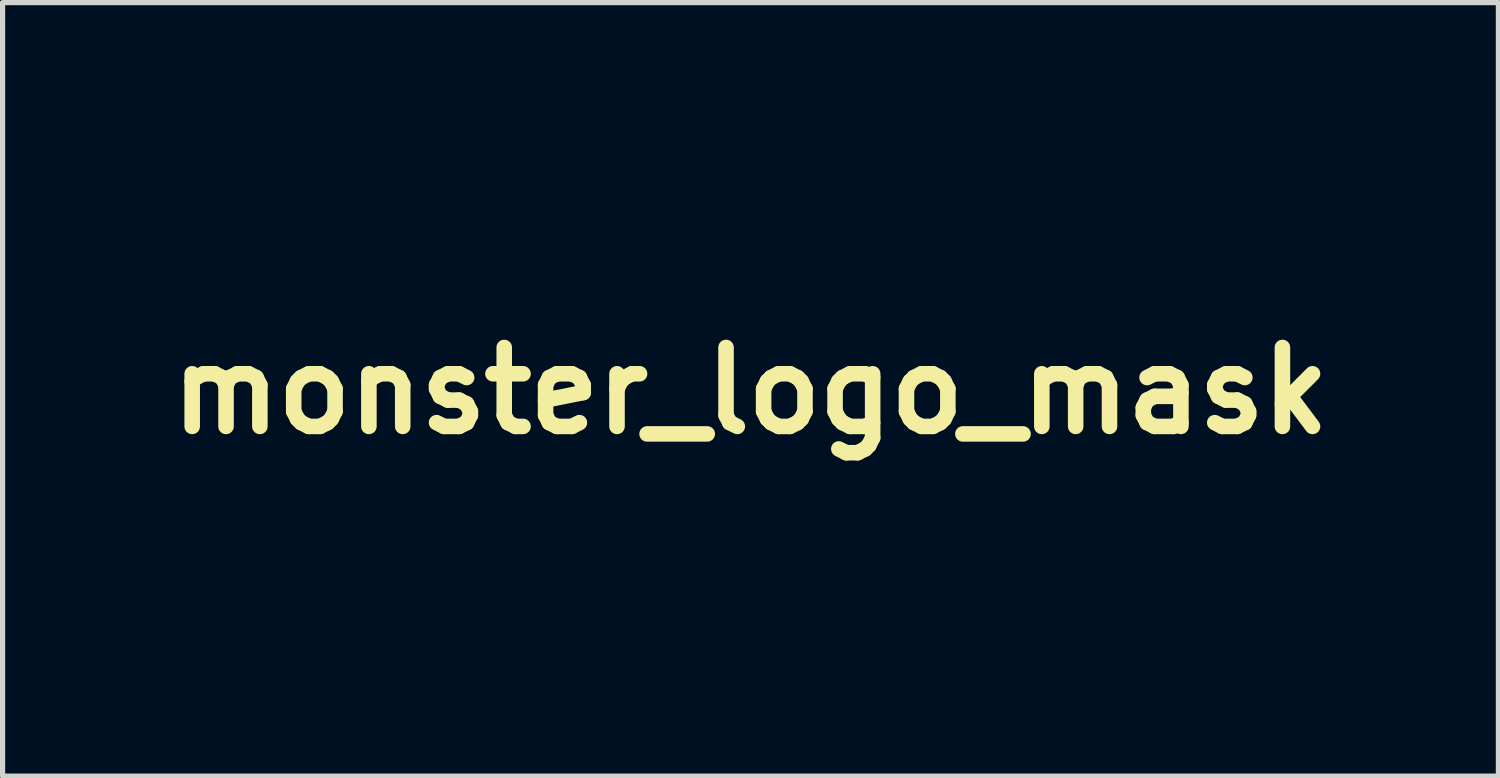
<source format=kicad_pcb>
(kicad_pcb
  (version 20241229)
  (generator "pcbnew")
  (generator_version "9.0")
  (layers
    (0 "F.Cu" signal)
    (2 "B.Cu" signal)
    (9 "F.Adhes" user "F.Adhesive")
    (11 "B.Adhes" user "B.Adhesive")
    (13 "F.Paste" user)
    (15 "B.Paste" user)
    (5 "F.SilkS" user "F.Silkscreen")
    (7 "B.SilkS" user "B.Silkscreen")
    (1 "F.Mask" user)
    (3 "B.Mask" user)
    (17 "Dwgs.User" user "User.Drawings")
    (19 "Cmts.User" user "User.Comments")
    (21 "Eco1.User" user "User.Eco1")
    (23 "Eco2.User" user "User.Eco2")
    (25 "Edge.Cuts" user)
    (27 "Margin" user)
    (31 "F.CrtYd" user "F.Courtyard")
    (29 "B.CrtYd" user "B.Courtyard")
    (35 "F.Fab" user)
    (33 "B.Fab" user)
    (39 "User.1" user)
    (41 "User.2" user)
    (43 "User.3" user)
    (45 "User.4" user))
  (footprint "monster_logo_mask"
    (layer "F.Cu")
    (at 11.437 4.492)
    (property "Reference" "monster_logo_mask" (at 0 0 0) (layer "F.SilkS") (effects (font (size 1.524 1.524) (thickness 0.3))))
    (attr through_hole)
    (fp_poly (pts (xy 2.506 -4.174) (xy 2.551 -4.157) (xy 2.602 -4.143) (xy 2.669 -4.134) (xy 2.717 -4.132) (xy 2.829 -4.124) (xy 2.918 -4.099) (xy 2.991 -4.052) (xy 3.053 -3.98) (xy 3.11 -3.878) (xy 3.116 -3.864) (xy 3.152 -3.788) (xy 3.188 -3.714) (xy 3.218 -3.653) (xy 3.226 -3.636) (xy 3.262 -3.534) (xy 3.268 -3.474) (xy 3.277 -3.408) (xy 3.299 -3.352) (xy 3.331 -3.314) (xy 3.362 -3.302) (xy 3.381 -3.287) (xy 3.387 -3.244) (xy 3.38 -3.208) (xy 3.361 -3.159) (xy 3.325 -3.091) (xy 3.271 -3.001) (xy 3.262 -2.986) (xy 3.126 -2.755) (xy 3.016 -2.539) (xy 2.931 -2.336) (xy 2.87 -2.141) (xy 2.831 -1.951) (xy 2.813 -1.761) (xy 2.811 -1.684) (xy 2.812 -1.609) (xy 2.815 -1.562) (xy 2.821 -1.535) (xy 2.832 -1.521) (xy 2.844 -1.516) (xy 2.891 -1.485) (xy 2.927 -1.434) (xy 2.946 -1.374) (xy 2.946 -1.36) (xy 2.94 -1.32) (xy 2.924 -1.258) (xy 2.899 -1.186) (xy 2.885 -1.147) (xy 2.839 -1.013) (xy 2.817 -0.901) (xy 2.819 -0.812) (xy 2.845 -0.743) (xy 2.896 -0.695) (xy 2.909 -0.688) (xy 2.979 -0.636) (xy 3.037 -0.559) (xy 3.066 -0.5) (xy 3.09 -0.428) (xy 3.102 -0.347) (xy 3.105 -0.264) (xy 3.098 -0.184) (xy 3.083 -0.115) (xy 3.06 -0.064) (xy 3.029 -0.037) (xy 3.015 -0.034) (xy 2.992 -0.028) (xy 2.982 -0.004) (xy 2.98 0.03) (xy 2.966 0.098) (xy 2.924 0.18) (xy 2.921 0.185) (xy 2.89 0.237) (xy 2.872 0.279) (xy 2.864 0.325) (xy 2.862 0.388) (xy 2.862 0.408) (xy 2.875 0.559) (xy 2.897 0.653) (xy 2.92 0.745) (xy 2.922 0.82) (xy 2.904 0.888) (xy 2.865 0.958) (xy 2.84 0.996) (xy 2.826 1.029) (xy 2.82 1.067) (xy 2.819 1.12) (xy 2.822 1.181) (xy 2.827 1.271) (xy 2.834 1.375) (xy 2.843 1.473) (xy 2.845 1.49) (xy 2.854 1.596) (xy 2.861 1.712) (xy 2.866 1.833) (xy 2.869 1.952) (xy 2.87 2.062) (xy 2.869 2.158) (xy 2.865 2.231) (xy 2.86 2.271) (xy 2.831 2.348) (xy 2.778 2.439) (xy 2.757 2.467) (xy 2.689 2.563) (xy 2.638 2.643) (xy 2.597 2.719) (xy 2.562 2.801) (xy 2.548 2.837) (xy 2.526 2.899) (xy 2.514 2.949) (xy 2.51 3) (xy 2.512 3.065) (xy 2.515 3.103) (xy 2.52 3.18) (xy 2.519 3.231) (xy 2.513 3.267) (xy 2.499 3.294) (xy 2.475 3.324) (xy 2.458 3.336) (xy 2.445 3.321) (xy 2.425 3.283) (xy 2.4 3.229) (xy 2.397 3.222) (xy 2.364 3.122) (xy 2.344 3.02) (xy 2.338 2.925) (xy 2.347 2.846) (xy 2.36 2.81) (xy 2.376 2.771) (xy 2.384 2.726) (xy 2.385 2.671) (xy 2.378 2.599) (xy 2.363 2.505) (xy 2.344 2.4) (xy 2.319 2.26) (xy 2.309 2.145) (xy 2.312 2.05) (xy 2.329 1.97) (xy 2.362 1.897) (xy 2.411 1.828) (xy 2.415 1.823) (xy 2.447 1.765) (xy 2.453 1.694) (xy 2.433 1.607) (xy 2.421 1.575) (xy 2.396 1.49) (xy 2.389 1.418) (xy 2.401 1.365) (xy 2.412 1.349) (xy 2.437 1.312) (xy 2.464 1.252) (xy 2.488 1.178) (xy 2.506 1.109) (xy 2.51 1.069) (xy 2.513 1.003) (xy 2.513 0.918) (xy 2.512 0.821) (xy 2.511 0.758) (xy 2.507 0.649) (xy 2.507 0.567) (xy 2.508 0.506) (xy 2.513 0.461) (xy 2.521 0.425) (xy 2.529 0.401) (xy 2.544 0.357) (xy 2.549 0.32) (xy 2.545 0.276) (xy 2.532 0.218) (xy 2.519 0.146) (xy 2.51 0.058) (xy 2.506 -0.027) (xy 2.506 -0.029) (xy 2.504 -0.094) (xy 2.499 -0.146) (xy 2.491 -0.175) (xy 2.489 -0.178) (xy 2.465 -0.206) (xy 2.438 -0.255) (xy 2.413 -0.315) (xy 2.394 -0.374) (xy 2.387 -0.419) (xy 2.39 -0.461) (xy 2.398 -0.527) (xy 2.41 -0.607) (xy 2.423 -0.686) (xy 2.441 -0.801) (xy 2.449 -0.889) (xy 2.443 -0.956) (xy 2.425 -1.006) (xy 2.393 -1.046) (xy 2.352 -1.076) (xy 2.29 -1.127) (xy 2.245 -1.189) (xy 2.218 -1.267) (xy 2.208 -1.365) (xy 2.214 -1.487) (xy 2.235 -1.634) (xy 2.247 -1.712) (xy 2.256 -1.777) (xy 2.259 -1.822) (xy 2.257 -1.841) (xy 2.257 -1.841) (xy 2.208 -1.866) (xy 2.162 -1.902) (xy 2.131 -1.939) (xy 2.124 -1.954) (xy 2.126 -2.011) (xy 2.153 -2.073) (xy 2.201 -2.132) (xy 2.246 -2.167) (xy 2.319 -2.213) (xy 2.325 -2.567) (xy 2.329 -2.723) (xy 2.335 -2.848) (xy 2.344 -2.949) (xy 2.355 -3.028) (xy 2.361 -3.054) (xy 2.375 -3.127) (xy 2.379 -3.175) (xy 2.374 -3.203) (xy 2.37 -3.209) (xy 2.346 -3.225) (xy 2.298 -3.246) (xy 2.236 -3.27) (xy 2.213 -3.277) (xy 2.142 -3.302) (xy 2.079 -3.328) (xy 2.034 -3.351) (xy 2.027 -3.355) (xy 1.99 -3.377) (xy 1.956 -3.379) (xy 1.919 -3.369) (xy 1.833 -3.355) (xy 1.723 -3.362) (xy 1.591 -3.39) (xy 1.473 -3.426) (xy 1.398 -3.451) (xy 1.332 -3.472) (xy 1.284 -3.486) (xy 1.263 -3.492) (xy 1.232 -3.506) (xy 1.224 -3.529) (xy 1.243 -3.549) (xy 1.246 -3.55) (xy 1.277 -3.57) (xy 1.315 -3.603) (xy 1.319 -3.608) (xy 1.357 -3.634) (xy 1.42 -3.665) (xy 1.502 -3.697) (xy 1.596 -3.73) (xy 1.695 -3.76) (xy 1.791 -3.785) (xy 1.877 -3.803) (xy 1.918 -3.808) (xy 1.984 -3.817) (xy 2.027 -3.829) (xy 2.055 -3.847) (xy 2.073 -3.867) (xy 2.129 -3.937) (xy 2.17 -3.982) (xy 2.203 -4.008) (xy 2.23 -4.018) (xy 2.231 -4.018) (xy 2.271 -4.031) (xy 2.29 -4.044) (xy 2.32 -4.062) (xy 2.332 -4.064) (xy 2.354 -4.077) (xy 2.382 -4.111) (xy 2.39 -4.123) (xy 2.421 -4.164) (xy 2.457 -4.18) (xy 2.506 -4.174)) (stroke (width 0.01) (type solid)) (fill yes) (layer "F.Mask"))
    (fp_poly (pts (xy 0.475 -4.486) (xy 0.499 -4.477) (xy 0.509 -4.457) (xy 0.511 -4.443) (xy 0.524 -4.408) (xy 0.56 -4.385) (xy 0.576 -4.379) (xy 0.624 -4.354) (xy 0.64 -4.324) (xy 0.659 -4.292) (xy 0.696 -4.278) (xy 0.736 -4.26) (xy 0.784 -4.226) (xy 0.812 -4.2) (xy 0.867 -4.152) (xy 0.914 -4.133) (xy 0.927 -4.132) (xy 0.987 -4.121) (xy 1.027 -4.088) (xy 1.051 -4.027) (xy 1.057 -3.989) (xy 1.069 -3.925) (xy 1.088 -3.886) (xy 1.12 -3.866) (xy 1.165 -3.858) (xy 1.22 -3.852) (xy 1.048 -3.658) (xy 0.955 -3.548) (xy 0.881 -3.453) (xy 0.827 -3.366) (xy 0.789 -3.28) (xy 0.766 -3.191) (xy 0.756 -3.09) (xy 0.758 -2.972) (xy 0.769 -2.831) (xy 0.778 -2.741) (xy 0.798 -2.551) (xy 0.816 -2.392) (xy 0.831 -2.26) (xy 0.843 -2.155) (xy 0.853 -2.072) (xy 0.862 -2.009) (xy 0.87 -1.963) (xy 0.877 -1.932) (xy 0.884 -1.912) (xy 0.891 -1.902) (xy 0.898 -1.897) (xy 0.906 -1.897) (xy 0.926 -1.883) (xy 0.93 -1.848) (xy 0.921 -1.8) (xy 0.9 -1.745) (xy 0.87 -1.692) (xy 0.856 -1.675) (xy 0.835 -1.646) (xy 0.822 -1.617) (xy 0.815 -1.577) (xy 0.813 -1.517) (xy 0.813 -1.475) (xy 0.812 -1.401) (xy 0.808 -1.353) (xy 0.799 -1.322) (xy 0.784 -1.301) (xy 0.777 -1.294) (xy 0.758 -1.272) (xy 0.748 -1.245) (xy 0.747 -1.204) (xy 0.75 -1.151) (xy 0.756 -1.1) (xy 0.766 -1.048) (xy 0.782 -0.988) (xy 0.806 -0.915) (xy 0.838 -0.824) (xy 0.882 -0.71) (xy 0.904 -0.652) (xy 0.943 -0.536) (xy 0.962 -0.432) (xy 0.963 -0.345) (xy 0.945 -0.28) (xy 0.943 -0.278) (xy 0.906 -0.225) (xy 0.856 -0.168) (xy 0.801 -0.116) (xy 0.752 -0.079) (xy 0.733 -0.069) (xy 0.683 -0.032) (xy 0.653 0.03) (xy 0.643 0.12) (xy 0.643 0.122) (xy 0.635 0.195) (xy 0.611 0.26) (xy 0.578 0.308) (xy 0.56 0.321) (xy 0.531 0.355) (xy 0.525 0.388) (xy 0.514 0.436) (xy 0.491 0.479) (xy 0.475 0.503) (xy 0.465 0.534) (xy 0.46 0.579) (xy 0.458 0.646) (xy 0.457 0.697) (xy 0.459 0.786) (xy 0.462 0.894) (xy 0.468 1.007) (xy 0.474 1.101) (xy 0.479 1.324) (xy 0.465 1.564) (xy 0.434 1.81) (xy 0.414 1.922) (xy 0.399 2.034) (xy 0.392 2.169) (xy 0.393 2.314) (xy 0.401 2.46) (xy 0.417 2.596) (xy 0.439 2.71) (xy 0.44 2.714) (xy 0.463 2.793) (xy 0.484 2.843) (xy 0.501 2.862) (xy 0.502 2.862) (xy 0.523 2.849) (xy 0.525 2.841) (xy 0.531 2.832) (xy 0.542 2.845) (xy 0.555 2.887) (xy 0.557 2.95) (xy 0.551 3.025) (xy 0.537 3.106) (xy 0.517 3.185) (xy 0.494 3.254) (xy 0.468 3.305) (xy 0.441 3.331) (xy 0.438 3.332) (xy 0.424 3.339) (xy 0.414 3.356) (xy 0.408 3.389) (xy 0.405 3.444) (xy 0.403 3.511) (xy 0.402 3.61) (xy 0.402 3.722) (xy 0.404 3.829) (xy 0.405 3.861) (xy 0.406 3.942) (xy 0.405 3.998) (xy 0.4 4.035) (xy 0.389 4.062) (xy 0.374 4.084) (xy 0.349 4.126) (xy 0.339 4.165) (xy 0.339 4.166) (xy 0.325 4.229) (xy 0.286 4.3) (xy 0.229 4.367) (xy 0.218 4.377) (xy 0.169 4.418) (xy 0.136 4.435) (xy 0.117 4.423) (xy 0.107 4.383) (xy 0.103 4.31) (xy 0.103 4.309) (xy 0.104 4.24) (xy 0.108 4.198) (xy 0.118 4.177) (xy 0.127 4.172) (xy 0.146 4.149) (xy 0.152 4.113) (xy 0.158 4.071) (xy 0.172 4.012) (xy 0.189 3.958) (xy 0.217 3.861) (xy 0.225 3.782) (xy 0.213 3.714) (xy 0.179 3.648) (xy 0.166 3.63) (xy 0.068 3.471) (xy 0.002 3.305) (xy -0.007 3.273) (xy -0.015 3.24) (xy -0.02 3.201) (xy -0.025 3.153) (xy -0.028 3.092) (xy -0.029 3.014) (xy -0.03 2.915) (xy -0.029 2.791) (xy -0.027 2.638) (xy -0.027 2.583) (xy -0.019 1.997) (xy -0.069 1.891) (xy -0.113 1.776) (xy -0.131 1.679) (xy -0.121 1.598) (xy -0.111 1.57) (xy -0.094 1.53) (xy -0.092 1.501) (xy -0.106 1.464) (xy -0.116 1.445) (xy -0.167 1.323) (xy -0.194 1.197) (xy -0.201 1.056) (xy -0.2 1.017) (xy -0.198 0.977) (xy -0.196 0.944) (xy -0.193 0.912) (xy -0.187 0.879) (xy -0.179 0.841) (xy -0.166 0.795) (xy -0.148 0.737) (xy -0.124 0.664) (xy -0.092 0.572) (xy -0.052 0.458) (xy -0.003 0.318) (xy 0.04 0.196) (xy 0.07 0.115) (xy 0.097 0.046) (xy 0.12 -0.005) (xy 0.135 -0.033) (xy 0.137 -0.035) (xy 0.146 -0.048) (xy 0.149 -0.074) (xy 0.146 -0.117) (xy 0.136 -0.181) (xy 0.119 -0.27) (xy 0.094 -0.386) (xy 0.084 -0.432) (xy 0.043 -0.634) (xy 0.013 -0.809) (xy -0.005 -0.964) (xy -0.012 -1.103) (xy -0.008 -1.232) (xy 0.006 -1.356) (xy 0.019 -1.428) (xy 0.029 -1.483) (xy 0.031 -1.516) (xy 0.022 -1.535) (xy 0.001 -1.552) (xy 0.001 -1.552) (xy -0.032 -1.582) (xy -0.056 -1.619) (xy -0.071 -1.67) (xy -0.078 -1.74) (xy -0.079 -1.833) (xy -0.075 -1.936) (xy -0.071 -2.032) (xy -0.069 -2.1) (xy -0.07 -2.148) (xy -0.075 -2.182) (xy -0.084 -2.208) (xy -0.098 -2.233) (xy -0.099 -2.235) (xy -0.12 -2.276) (xy -0.131 -2.318) (xy -0.132 -2.368) (xy -0.123 -2.434) (xy -0.104 -2.524) (xy -0.1 -2.537) (xy -0.082 -2.626) (xy -0.077 -2.691) (xy -0.088 -2.739) (xy -0.117 -2.779) (xy -0.165 -2.817) (xy -0.172 -2.822) (xy -0.217 -2.856) (xy -0.24 -2.886) (xy -0.249 -2.926) (xy -0.251 -2.94) (xy -0.248 -2.988) (xy -0.237 -3.056) (xy -0.219 -3.133) (xy -0.212 -3.157) (xy -0.184 -3.279) (xy -0.171 -3.391) (xy -0.173 -3.484) (xy -0.18 -3.518) (xy -0.201 -3.549) (xy -0.232 -3.556) (xy -0.286 -3.565) (xy -0.33 -3.596) (xy -0.37 -3.654) (xy -0.382 -3.676) (xy -0.425 -3.761) (xy -0.575 -3.756) (xy -0.652 -3.755) (xy -0.703 -3.758) (xy -0.735 -3.766) (xy -0.758 -3.781) (xy -0.758 -3.781) (xy -0.784 -3.796) (xy -0.824 -3.806) (xy -0.886 -3.81) (xy -0.928 -3.81) (xy -0.998 -3.808) (xy -1.046 -3.803) (xy -1.066 -3.794) (xy -1.067 -3.793) (xy -1.078 -3.772) (xy -1.108 -3.74) (xy -1.12 -3.729) (xy -1.172 -3.681) (xy -1.17 -3.5) (xy -1.17 -3.418) (xy -1.171 -3.342) (xy -1.175 -3.284) (xy -1.178 -3.259) (xy -1.186 -3.225) (xy -1.2 -3.207) (xy -1.231 -3.201) (xy -1.275 -3.2) (xy -1.331 -3.197) (xy -1.379 -3.182) (xy -1.433 -3.15) (xy -1.451 -3.138) (xy -1.541 -3.076) (xy -1.541 -2.802) (xy -1.541 -2.699) (xy -1.54 -2.626) (xy -1.537 -2.577) (xy -1.533 -2.546) (xy -1.526 -2.529) (xy -1.515 -2.521) (xy -1.505 -2.518) (xy -1.483 -2.508) (xy -1.474 -2.487) (xy -1.476 -2.446) (xy -1.477 -2.431) (xy -1.483 -2.393) (xy -1.495 -2.357) (xy -1.515 -2.318) (xy -1.548 -2.267) (xy -1.597 -2.198) (xy -1.619 -2.167) (xy -1.638 -2.141) (xy -1.65 -2.115) (xy -1.657 -2.085) (xy -1.658 -2.04) (xy -1.657 -1.975) (xy -1.654 -1.913) (xy -1.643 -1.781) (xy -1.623 -1.652) (xy -1.592 -1.519) (xy -1.547 -1.374) (xy -1.487 -1.209) (xy -1.465 -1.151) (xy -1.412 -1.017) (xy -1.371 -0.911) (xy -1.341 -0.828) (xy -1.321 -0.767) (xy -1.309 -0.722) (xy -1.304 -0.691) (xy -1.304 -0.685) (xy -1.312 -0.642) (xy -1.332 -0.585) (xy -1.359 -0.528) (xy -1.386 -0.485) (xy -1.397 -0.474) (xy -1.408 -0.459) (xy -1.415 -0.43) (xy -1.42 -0.382) (xy -1.422 -0.311) (xy -1.422 -0.224) (xy -1.422 -0.132) (xy -1.42 -0.065) (xy -1.416 -0.019) (xy -1.408 0.016) (xy -1.396 0.046) (xy -1.377 0.078) (xy -1.373 0.085) (xy -1.312 0.206) (xy -1.278 0.329) (xy -1.269 0.447) (xy -1.287 0.556) (xy -1.33 0.651) (xy -1.368 0.699) (xy -1.4 0.744) (xy -1.409 0.794) (xy -1.408 0.809) (xy -1.412 0.86) (xy -1.425 0.925) (xy -1.439 0.972) (xy -1.457 1.032) (xy -1.47 1.086) (xy -1.473 1.113) (xy -1.486 1.151) (xy -1.507 1.163) (xy -1.526 1.173) (xy -1.536 1.194) (xy -1.54 1.234) (xy -1.541 1.28) (xy -1.537 1.345) (xy -1.528 1.429) (xy -1.515 1.519) (xy -1.507 1.561) (xy -1.489 1.68) (xy -1.478 1.809) (xy -1.473 1.94) (xy -1.475 2.063) (xy -1.485 2.17) (xy -1.501 2.252) (xy -1.51 2.293) (xy -1.518 2.348) (xy -1.524 2.419) (xy -1.528 2.512) (xy -1.531 2.63) (xy -1.533 2.755) (xy -1.535 2.885) (xy -1.535 2.985) (xy -1.535 3.061) (xy -1.533 3.115) (xy -1.529 3.153) (xy -1.523 3.178) (xy -1.515 3.196) (xy -1.51 3.204) (xy -1.492 3.241) (xy -1.483 3.298) (xy -1.481 3.361) (xy -1.483 3.424) (xy -1.488 3.461) (xy -1.498 3.479) (xy -1.513 3.485) (xy -1.539 3.482) (xy -1.566 3.46) (xy -1.596 3.414) (xy -1.632 3.344) (xy -1.656 3.291) (xy -1.677 3.233) (xy -1.696 3.166) (xy -1.714 3.084) (xy -1.733 2.984) (xy -1.753 2.861) (xy -1.776 2.709) (xy -1.779 2.683) (xy -1.832 2.312) (xy -1.897 2.241) (xy -1.941 2.184) (xy -1.967 2.13) (xy -1.971 2.114) (xy -1.977 2.062) (xy -1.983 1.985) (xy -1.989 1.893) (xy -1.994 1.793) (xy -1.998 1.696) (xy -2 1.611) (xy -2 1.546) (xy -2 1.545) (xy -2.001 1.473) (xy -2.012 1.418) (xy -2.039 1.368) (xy -2.084 1.312) (xy -2.102 1.292) (xy -2.148 1.235) (xy -2.174 1.184) (xy -2.18 1.132) (xy -2.164 1.072) (xy -2.126 0.999) (xy -2.085 0.933) (xy -2.051 0.877) (xy -2.026 0.829) (xy -2.015 0.798) (xy -2.015 0.795) (xy -2.008 0.764) (xy -1.991 0.715) (xy -1.978 0.684) (xy -1.952 0.593) (xy -1.941 0.48) (xy -1.946 0.354) (xy -1.964 0.221) (xy -1.997 0.09) (xy -2.034 -0.014) (xy -2.046 -0.046) (xy -2.054 -0.082) (xy -2.06 -0.13) (xy -2.064 -0.193) (xy -2.065 -0.279) (xy -2.066 -0.392) (xy -2.066 -0.502) (xy -2.067 -0.584) (xy -2.07 -0.642) (xy -2.074 -0.683) (xy -2.082 -0.711) (xy -2.092 -0.733) (xy -2.101 -0.747) (xy -2.121 -0.787) (xy -2.143 -0.849) (xy -2.161 -0.919) (xy -2.162 -0.925) (xy -2.18 -0.996) (xy -2.201 -1.053) (xy -2.22 -1.086) (xy -2.244 -1.127) (xy -2.252 -1.173) (xy -2.26 -1.217) (xy -2.289 -1.256) (xy -2.31 -1.274) (xy -2.38 -1.35) (xy -2.429 -1.449) (xy -2.455 -1.564) (xy -2.458 -1.629) (xy -2.457 -1.669) (xy -2.455 -1.707) (xy -2.45 -1.746) (xy -2.44 -1.792) (xy -2.426 -1.848) (xy -2.406 -1.92) (xy -2.379 -2.013) (xy -2.343 -2.13) (xy -2.315 -2.221) (xy -2.289 -2.312) (xy -2.266 -2.407) (xy -2.25 -2.491) (xy -2.243 -2.542) (xy -2.238 -2.646) (xy -2.249 -2.729) (xy -2.278 -2.802) (xy -2.33 -2.875) (xy -2.379 -2.928) (xy -2.451 -3.007) (xy -2.501 -3.073) (xy -2.533 -3.135) (xy -2.55 -3.201) (xy -2.556 -3.28) (xy -2.557 -3.323) (xy -2.558 -3.398) (xy -2.563 -3.447) (xy -2.572 -3.479) (xy -2.587 -3.502) (xy -2.591 -3.505) (xy -2.627 -3.53) (xy -2.656 -3.539) (xy -2.69 -3.55) (xy -2.728 -3.575) (xy -2.748 -3.59) (xy -2.77 -3.6) (xy -2.803 -3.605) (xy -2.852 -3.605) (xy -2.924 -3.602) (xy -2.958 -3.6) (xy -3.075 -3.597) (xy -3.16 -3.603) (xy -3.213 -3.617) (xy -3.234 -3.64) (xy -3.234 -3.643) (xy -3.25 -3.648) (xy -3.294 -3.653) (xy -3.359 -3.656) (xy -3.441 -3.657) (xy -3.473 -3.658) (xy -3.567 -3.658) (xy -3.633 -3.66) (xy -3.675 -3.663) (xy -3.697 -3.669) (xy -3.705 -3.677) (xy -3.705 -3.685) (xy -3.691 -3.699) (xy -3.651 -3.719) (xy -3.584 -3.746) (xy -3.488 -3.78) (xy -3.363 -3.821) (xy -3.176 -3.879) (xy -3.012 -3.922) (xy -2.867 -3.952) (xy -2.734 -3.971) (xy -2.606 -3.979) (xy -2.568 -3.979) (xy -2.497 -3.981) (xy -2.448 -3.987) (xy -2.409 -4) (xy -2.368 -4.024) (xy -2.359 -4.03) (xy -2.245 -4.1) (xy -2.144 -4.146) (xy -2.081 -4.164) (xy -2.027 -4.172) (xy -1.985 -4.165) (xy -1.947 -4.147) (xy -1.898 -4.111) (xy -1.858 -4.067) (xy -1.854 -4.061) (xy -1.82 -4.01) (xy -1.651 -4.02) (xy -1.533 -4.024) (xy -1.444 -4.018) (xy -1.379 -4.001) (xy -1.333 -3.974) (xy -1.315 -3.954) (xy -1.29 -3.926) (xy -1.262 -3.916) (xy -1.217 -3.92) (xy -1.213 -3.921) (xy -1.139 -3.938) (xy -1.085 -3.966) (xy -1.049 -3.998) (xy -1.011 -4.022) (xy -0.981 -4.03) (xy -0.94 -4.038) (xy -0.9 -4.055) (xy -0.811 -4.097) (xy -0.694 -4.141) (xy -0.555 -4.185) (xy -0.401 -4.228) (xy -0.236 -4.267) (xy -0.114 -4.293) (xy -0.034 -4.31) (xy 0.036 -4.327) (xy 0.086 -4.342) (xy 0.11 -4.352) (xy 0.14 -4.367) (xy 0.19 -4.383) (xy 0.224 -4.392) (xy 0.285 -4.41) (xy 0.32 -4.433) (xy 0.33 -4.449) (xy 0.347 -4.473) (xy 0.375 -4.485) (xy 0.426 -4.487) (xy 0.475 -4.486)) (stroke (width 0.01) (type solid)) (fill yes) (layer "F.Mask")))
  (gr_rect
    (start -3 -3)
    (end 25.875 11.932)
    (stroke (width 0.1) (type default))
    (fill no)
    (layer "Edge.Cuts")))
</source>
